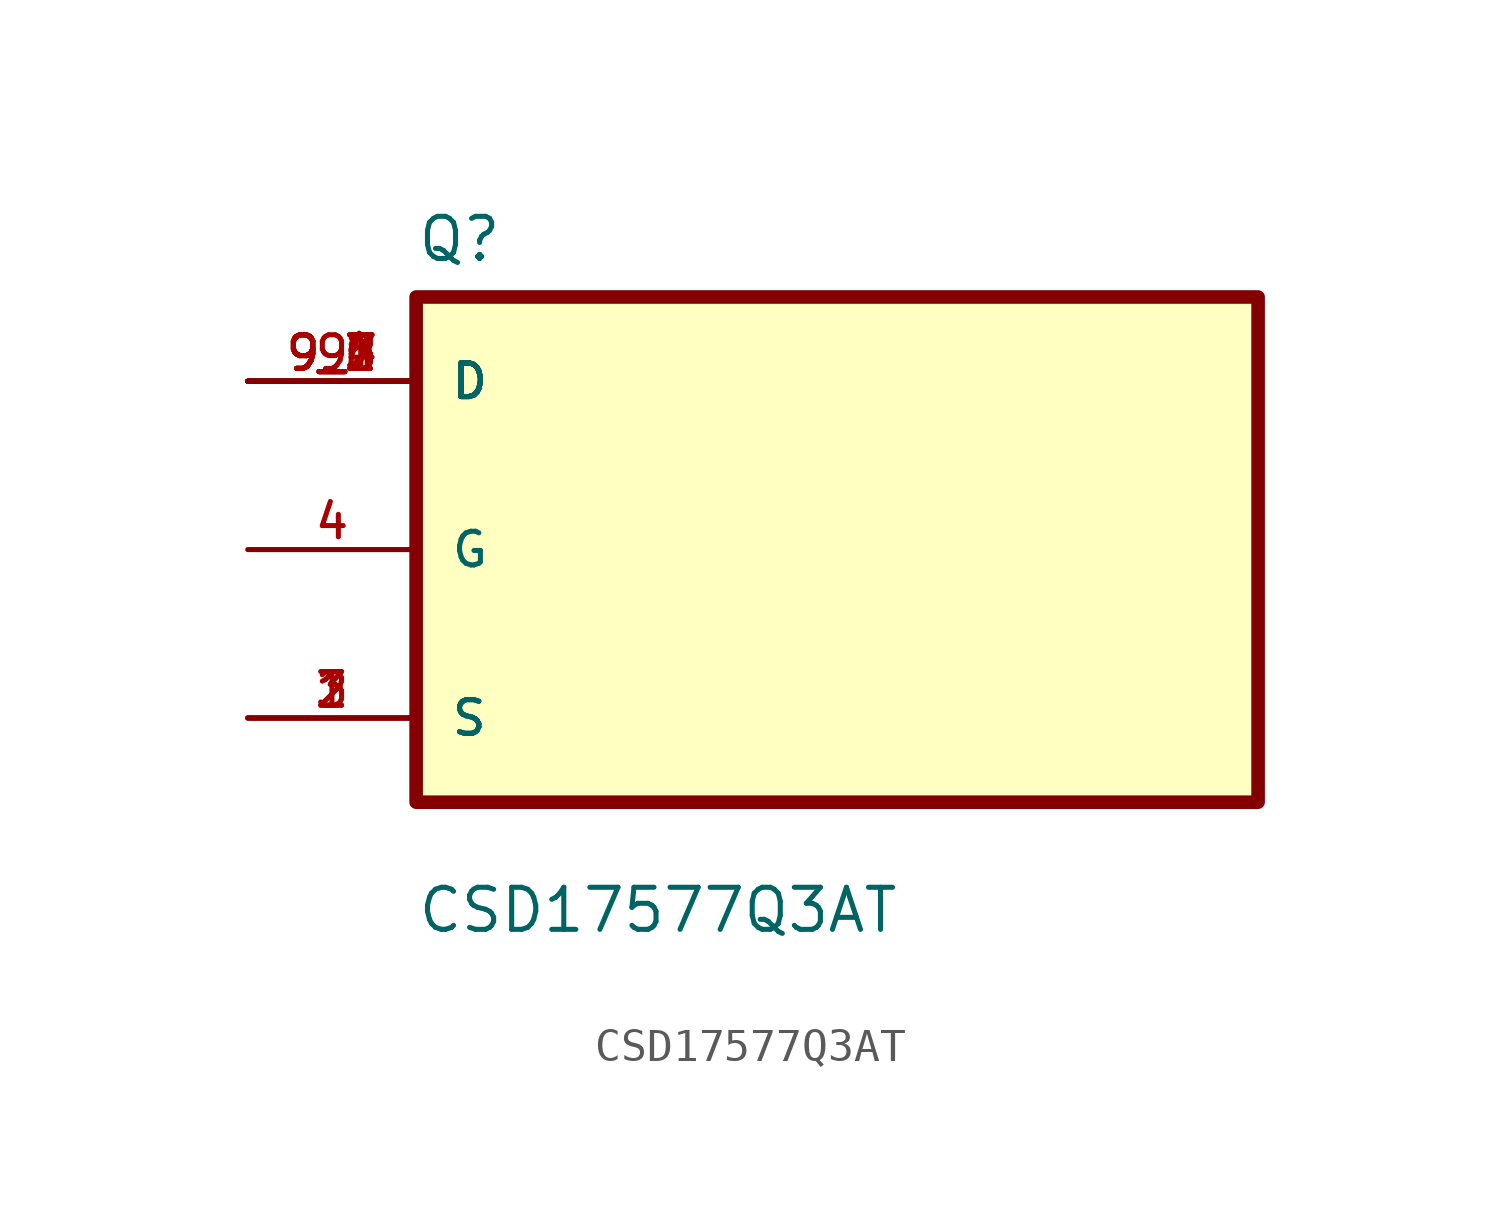
<source format=kicad_sym>
(kicad_symbol_lib
  (version 20211014)
  (generator kicad_symbol_editor)
  (symbol "CSD17577Q3AT"
    (pin_names
      (offset 1.016))
    (property "Reference" "Q"
      (at -12.7 8.62 0.0)
      (effects (font (size 1.27 1.27)) (justify bottom left)))
    (property "Value" "CSD17577Q3AT"
      (at -12.7 -11.62 0.0)
      (effects (font (size 1.27 1.27)) (justify bottom left)))
    (symbol "CSD17577Q3AT_0_0"
      (rectangle (start -12.7 -7.62) (end 12.7 7.62) (stroke (width 0.41)) (fill (type background)))
      (pin bidirectional line (at -17.78 5.08 0) (length 5.08) (name "D" (effects (font (size 1.016 1.016)))) (number "9" (effects (font (size 1.016 1.016)))))
      (pin bidirectional line (at -17.78 5.08 0) (length 5.08) (name "D" (effects (font (size 1.016 1.016)))) (number "9_1" (effects (font (size 1.016 1.016)))))
      (pin bidirectional line (at -17.78 5.08 0) (length 5.08) (name "D" (effects (font (size 1.016 1.016)))) (number "9_2" (effects (font (size 1.016 1.016)))))
      (pin bidirectional line (at -17.78 5.08 0) (length 5.08) (name "D" (effects (font (size 1.016 1.016)))) (number "9_3" (effects (font (size 1.016 1.016)))))
      (pin bidirectional line (at -17.78 5.08 0) (length 5.08) (name "D" (effects (font (size 1.016 1.016)))) (number "9_4" (effects (font (size 1.016 1.016)))))
      (pin bidirectional line (at -17.78 5.08 0) (length 5.08) (name "D" (effects (font (size 1.016 1.016)))) (number "9_5" (effects (font (size 1.016 1.016)))))
      (pin bidirectional line (at -17.78 5.08 0) (length 5.08) (name "D" (effects (font (size 1.016 1.016)))) (number "9_6" (effects (font (size 1.016 1.016)))))
      (pin bidirectional line (at -17.78 5.08 0) (length 5.08) (name "D" (effects (font (size 1.016 1.016)))) (number "9_7" (effects (font (size 1.016 1.016)))))
      (pin bidirectional line (at -17.78 0.0 0) (length 5.08) (name "G" (effects (font (size 1.016 1.016)))) (number "4" (effects (font (size 1.016 1.016)))))
      (pin bidirectional line (at -17.78 -5.08 0) (length 5.08) (name "S" (effects (font (size 1.016 1.016)))) (number "1" (effects (font (size 1.016 1.016)))))
      (pin bidirectional line (at -17.78 -5.08 0) (length 5.08) (name "S" (effects (font (size 1.016 1.016)))) (number "2" (effects (font (size 1.016 1.016)))))
      (pin bidirectional line (at -17.78 -5.08 0) (length 5.08) (name "S" (effects (font (size 1.016 1.016)))) (number "3" (effects (font (size 1.016 1.016))))))))
</source>
